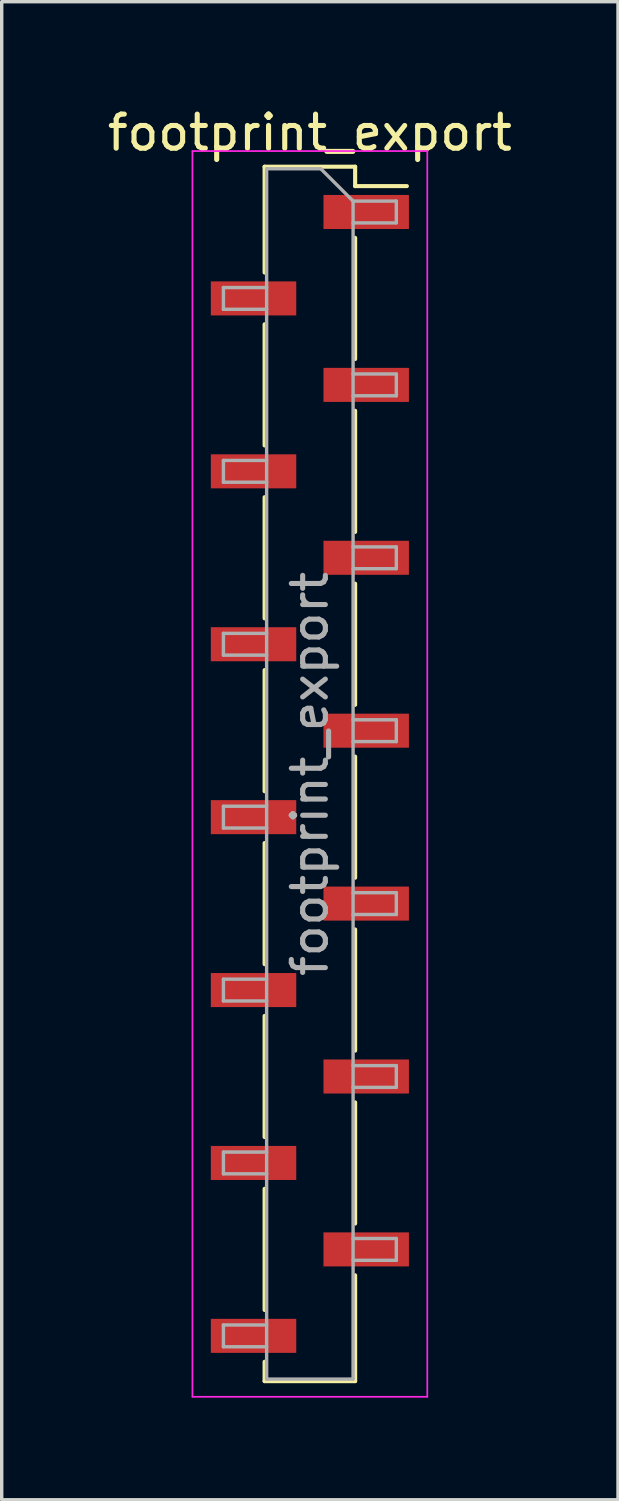
<source format=kicad_pcb>
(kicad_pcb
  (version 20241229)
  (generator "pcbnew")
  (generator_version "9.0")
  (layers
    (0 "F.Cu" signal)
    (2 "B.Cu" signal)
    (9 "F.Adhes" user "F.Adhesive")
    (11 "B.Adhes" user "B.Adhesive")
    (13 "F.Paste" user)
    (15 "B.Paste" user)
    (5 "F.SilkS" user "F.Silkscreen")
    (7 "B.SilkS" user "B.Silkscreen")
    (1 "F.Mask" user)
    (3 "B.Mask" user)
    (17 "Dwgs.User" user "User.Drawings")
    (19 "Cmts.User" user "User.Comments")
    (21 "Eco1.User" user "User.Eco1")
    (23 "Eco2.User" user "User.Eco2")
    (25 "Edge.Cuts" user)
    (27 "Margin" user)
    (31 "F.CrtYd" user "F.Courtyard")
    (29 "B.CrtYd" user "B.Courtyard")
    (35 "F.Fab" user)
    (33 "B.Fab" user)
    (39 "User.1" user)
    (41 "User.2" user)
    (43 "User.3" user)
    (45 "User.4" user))
  (footprint "footprint_export"
    (layer "F.Cu")
    (at 6.054 19.688)
    (property "Reference" "footprint_export" (at 0 -18.84 0) (layer "F.SilkS") (effects (font (size 1 1) (thickness 0.15))))
    (attr smd)
    (fp_line (start -1.33 -17.84) (end -1.33 -14.73) (stroke (width 0.12) (type solid)) (layer "F.SilkS"))
    (fp_line (start -1.33 -17.84) (end 1.33 -17.84) (stroke (width 0.12) (type solid)) (layer "F.SilkS"))
    (fp_line (start -1.33 -13.21) (end -1.33 -9.65) (stroke (width 0.12) (type solid)) (layer "F.SilkS"))
    (fp_line (start -1.33 -8.13) (end -1.33 -4.57) (stroke (width 0.12) (type solid)) (layer "F.SilkS"))
    (fp_line (start -1.33 -3.05) (end -1.33 0.51) (stroke (width 0.12) (type solid)) (layer "F.SilkS"))
    (fp_line (start -1.33 2.03) (end -1.33 5.59) (stroke (width 0.12) (type solid)) (layer "F.SilkS"))
    (fp_line (start -1.33 7.11) (end -1.33 10.67) (stroke (width 0.12) (type solid)) (layer "F.SilkS"))
    (fp_line (start -1.33 12.19) (end -1.33 15.75) (stroke (width 0.12) (type solid)) (layer "F.SilkS"))
    (fp_line (start -1.33 17.27) (end -1.33 17.84) (stroke (width 0.12) (type solid)) (layer "F.SilkS"))
    (fp_line (start -1.33 17.84) (end 1.33 17.84) (stroke (width 0.12) (type solid)) (layer "F.SilkS"))
    (fp_line (start 1.33 -17.84) (end 1.33 -17.27) (stroke (width 0.12) (type solid)) (layer "F.SilkS"))
    (fp_line (start 1.33 -17.27) (end 2.85 -17.27) (stroke (width 0.12) (type solid)) (layer "F.SilkS"))
    (fp_line (start 1.33 -15.75) (end 1.33 -12.19) (stroke (width 0.12) (type solid)) (layer "F.SilkS"))
    (fp_line (start 1.33 -10.67) (end 1.33 -7.11) (stroke (width 0.12) (type solid)) (layer "F.SilkS"))
    (fp_line (start 1.33 -5.59) (end 1.33 -2.03) (stroke (width 0.12) (type solid)) (layer "F.SilkS"))
    (fp_line (start 1.33 -0.51) (end 1.33 3.05) (stroke (width 0.12) (type solid)) (layer "F.SilkS"))
    (fp_line (start 1.33 4.57) (end 1.33 8.13) (stroke (width 0.12) (type solid)) (layer "F.SilkS"))
    (fp_line (start 1.33 9.65) (end 1.33 13.21) (stroke (width 0.12) (type solid)) (layer "F.SilkS"))
    (fp_line (start 1.33 14.73) (end 1.33 17.84) (stroke (width 0.12) (type solid)) (layer "F.SilkS"))
    (fp_line (start -3.45 -18.3) (end -3.45 18.3) (stroke (width 0.05) (type solid)) (layer "F.CrtYd"))
    (fp_line (start -3.45 18.3) (end 3.45 18.3) (stroke (width 0.05) (type solid)) (layer "F.CrtYd"))
    (fp_line (start 3.45 -18.3) (end -3.45 -18.3) (stroke (width 0.05) (type solid)) (layer "F.CrtYd"))
    (fp_line (start 3.45 18.3) (end 3.45 -18.3) (stroke (width 0.05) (type solid)) (layer "F.CrtYd"))
    (fp_line (start -2.54 -14.29) (end -2.54 -13.65) (stroke (width 0.1) (type solid)) (layer "F.Fab"))
    (fp_line (start -2.54 -13.65) (end -1.27 -13.65) (stroke (width 0.1) (type solid)) (layer "F.Fab"))
    (fp_line (start -2.54 -9.21) (end -2.54 -8.57) (stroke (width 0.1) (type solid)) (layer "F.Fab"))
    (fp_line (start -2.54 -8.57) (end -1.27 -8.57) (stroke (width 0.1) (type solid)) (layer "F.Fab"))
    (fp_line (start -2.54 -4.13) (end -2.54 -3.49) (stroke (width 0.1) (type solid)) (layer "F.Fab"))
    (fp_line (start -2.54 -3.49) (end -1.27 -3.49) (stroke (width 0.1) (type solid)) (layer "F.Fab"))
    (fp_line (start -2.54 0.95) (end -2.54 1.59) (stroke (width 0.1) (type solid)) (layer "F.Fab"))
    (fp_line (start -2.54 1.59) (end -1.27 1.59) (stroke (width 0.1) (type solid)) (layer "F.Fab"))
    (fp_line (start -2.54 6.03) (end -2.54 6.67) (stroke (width 0.1) (type solid)) (layer "F.Fab"))
    (fp_line (start -2.54 6.67) (end -1.27 6.67) (stroke (width 0.1) (type solid)) (layer "F.Fab"))
    (fp_line (start -2.54 11.11) (end -2.54 11.75) (stroke (width 0.1) (type solid)) (layer "F.Fab"))
    (fp_line (start -2.54 11.75) (end -1.27 11.75) (stroke (width 0.1) (type solid)) (layer "F.Fab"))
    (fp_line (start -2.54 16.19) (end -2.54 16.83) (stroke (width 0.1) (type solid)) (layer "F.Fab"))
    (fp_line (start -2.54 16.83) (end -1.27 16.83) (stroke (width 0.1) (type solid)) (layer "F.Fab"))
    (fp_line (start -1.27 -17.78) (end -1.27 17.78) (stroke (width 0.1) (type solid)) (layer "F.Fab"))
    (fp_line (start -1.27 -17.78) (end 0.32 -17.78) (stroke (width 0.1) (type solid)) (layer "F.Fab"))
    (fp_line (start -1.27 -14.29) (end -2.54 -14.29) (stroke (width 0.1) (type solid)) (layer "F.Fab"))
    (fp_line (start -1.27 -9.21) (end -2.54 -9.21) (stroke (width 0.1) (type solid)) (layer "F.Fab"))
    (fp_line (start -1.27 -4.13) (end -2.54 -4.13) (stroke (width 0.1) (type solid)) (layer "F.Fab"))
    (fp_line (start -1.27 0.95) (end -2.54 0.95) (stroke (width 0.1) (type solid)) (layer "F.Fab"))
    (fp_line (start -1.27 6.03) (end -2.54 6.03) (stroke (width 0.1) (type solid)) (layer "F.Fab"))
    (fp_line (start -1.27 11.11) (end -2.54 11.11) (stroke (width 0.1) (type solid)) (layer "F.Fab"))
    (fp_line (start -1.27 16.19) (end -2.54 16.19) (stroke (width 0.1) (type solid)) (layer "F.Fab"))
    (fp_line (start 1.27 -16.83) (end 0.32 -17.78) (stroke (width 0.1) (type solid)) (layer "F.Fab"))
    (fp_line (start 1.27 -16.83) (end 2.54 -16.83) (stroke (width 0.1) (type solid)) (layer "F.Fab"))
    (fp_line (start 1.27 -11.75) (end 2.54 -11.75) (stroke (width 0.1) (type solid)) (layer "F.Fab"))
    (fp_line (start 1.27 -6.67) (end 2.54 -6.67) (stroke (width 0.1) (type solid)) (layer "F.Fab"))
    (fp_line (start 1.27 -1.59) (end 2.54 -1.59) (stroke (width 0.1) (type solid)) (layer "F.Fab"))
    (fp_line (start 1.27 3.49) (end 2.54 3.49) (stroke (width 0.1) (type solid)) (layer "F.Fab"))
    (fp_line (start 1.27 8.57) (end 2.54 8.57) (stroke (width 0.1) (type solid)) (layer "F.Fab"))
    (fp_line (start 1.27 13.65) (end 2.54 13.65) (stroke (width 0.1) (type solid)) (layer "F.Fab"))
    (fp_line (start 1.27 17.78) (end -1.27 17.78) (stroke (width 0.1) (type solid)) (layer "F.Fab"))
    (fp_line (start 1.27 17.78) (end 1.27 -16.83) (stroke (width 0.1) (type solid)) (layer "F.Fab"))
    (fp_line (start 2.54 -16.83) (end 2.54 -16.19) (stroke (width 0.1) (type solid)) (layer "F.Fab"))
    (fp_line (start 2.54 -16.19) (end 1.27 -16.19) (stroke (width 0.1) (type solid)) (layer "F.Fab"))
    (fp_line (start 2.54 -11.75) (end 2.54 -11.11) (stroke (width 0.1) (type solid)) (layer "F.Fab"))
    (fp_line (start 2.54 -11.11) (end 1.27 -11.11) (stroke (width 0.1) (type solid)) (layer "F.Fab"))
    (fp_line (start 2.54 -6.67) (end 2.54 -6.03) (stroke (width 0.1) (type solid)) (layer "F.Fab"))
    (fp_line (start 2.54 -6.03) (end 1.27 -6.03) (stroke (width 0.1) (type solid)) (layer "F.Fab"))
    (fp_line (start 2.54 -1.59) (end 2.54 -0.95) (stroke (width 0.1) (type solid)) (layer "F.Fab"))
    (fp_line (start 2.54 -0.95) (end 1.27 -0.95) (stroke (width 0.1) (type solid)) (layer "F.Fab"))
    (fp_line (start 2.54 3.49) (end 2.54 4.13) (stroke (width 0.1) (type solid)) (layer "F.Fab"))
    (fp_line (start 2.54 4.13) (end 1.27 4.13) (stroke (width 0.1) (type solid)) (layer "F.Fab"))
    (fp_line (start 2.54 8.57) (end 2.54 9.21) (stroke (width 0.1) (type solid)) (layer "F.Fab"))
    (fp_line (start 2.54 9.21) (end 1.27 9.21) (stroke (width 0.1) (type solid)) (layer "F.Fab"))
    (fp_line (start 2.54 13.65) (end 2.54 14.29) (stroke (width 0.1) (type solid)) (layer "F.Fab"))
    (fp_line (start 2.54 14.29) (end 1.27 14.29) (stroke (width 0.1) (type solid)) (layer "F.Fab"))
    (fp_text user "${REFERENCE}" (at 0 0 90) (layer "F.Fab") (effects (font (size 1 1) (thickness 0.15))))
    (pad "1" smd rect (at 1.655 -16.51) (size 2.51 1) (layers "F.Cu" "F.Mask" "F.Paste"))
    (pad "2" smd rect (at -1.655 -13.97) (size 2.51 1) (layers "F.Cu" "F.Mask" "F.Paste"))
    (pad "3" smd rect (at 1.655 -11.43) (size 2.51 1) (layers "F.Cu" "F.Mask" "F.Paste"))
    (pad "4" smd rect (at -1.655 -8.89) (size 2.51 1) (layers "F.Cu" "F.Mask" "F.Paste"))
    (pad "5" smd rect (at 1.655 -6.35) (size 2.51 1) (layers "F.Cu" "F.Mask" "F.Paste"))
    (pad "6" smd rect (at -1.655 -3.81) (size 2.51 1) (layers "F.Cu" "F.Mask" "F.Paste"))
    (pad "7" smd rect (at 1.655 -1.27) (size 2.51 1) (layers "F.Cu" "F.Mask" "F.Paste"))
    (pad "8" smd rect (at -1.655 1.27) (size 2.51 1) (layers "F.Cu" "F.Mask" "F.Paste"))
    (pad "9" smd rect (at 1.655 3.81) (size 2.51 1) (layers "F.Cu" "F.Mask" "F.Paste"))
    (pad "10" smd rect (at -1.655 6.35) (size 2.51 1) (layers "F.Cu" "F.Mask" "F.Paste"))
    (pad "11" smd rect (at 1.655 8.89) (size 2.51 1) (layers "F.Cu" "F.Mask" "F.Paste"))
    (pad "12" smd rect (at -1.655 11.43) (size 2.51 1) (layers "F.Cu" "F.Mask" "F.Paste"))
    (pad "13" smd rect (at 1.655 13.97) (size 2.51 1) (layers "F.Cu" "F.Mask" "F.Paste"))
    (pad "14" smd rect (at -1.655 16.51) (size 2.51 1) (layers "F.Cu" "F.Mask" "F.Paste")))
  (gr_rect
    (start -3 -3)
    (end 15.107 41.013)
    (stroke (width 0.1) (type default))
    (fill no)
    (layer "Edge.Cuts")))
</source>
